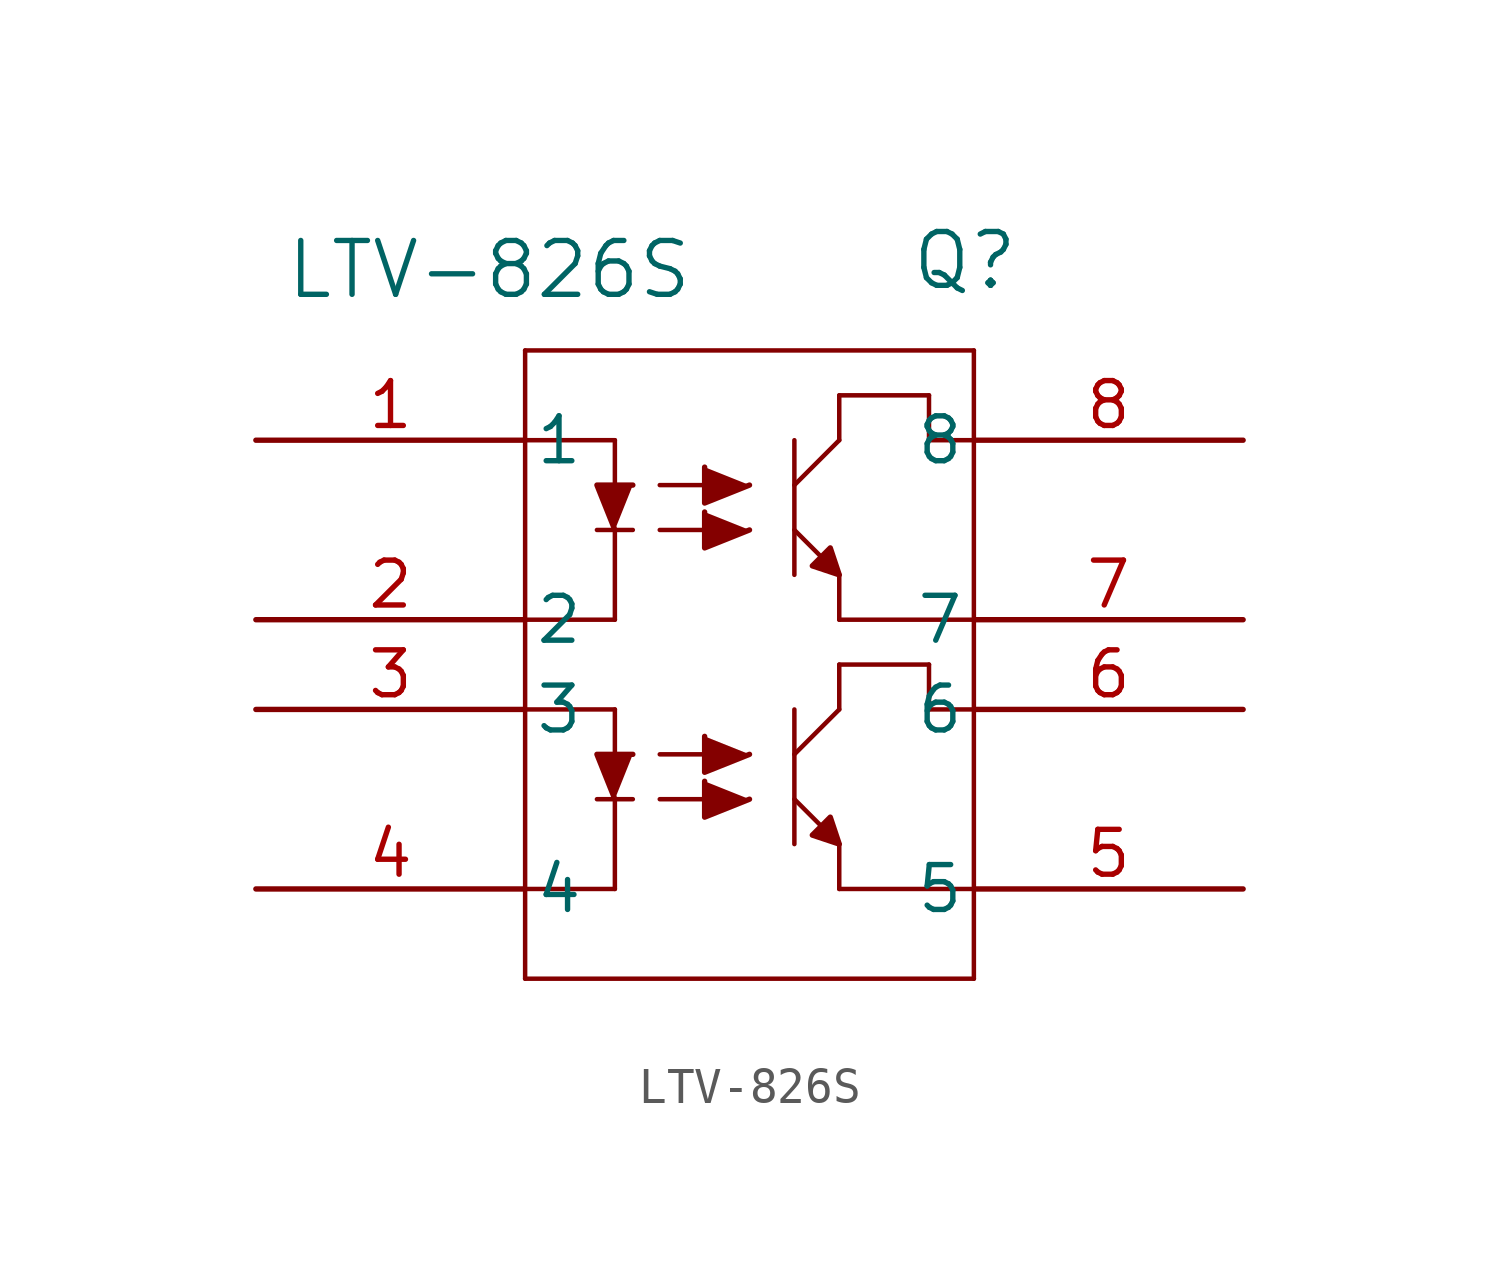
<source format=kicad_sym>
(kicad_symbol_lib
  (version 20211014)
  (generator kicad_symbol_editor)
  (symbol "LTV-826S"
    (pin_names
      (offset 0.254))
    (property "Reference" "Q"
      (at 6.096 10.16 0)
      (effects (font (size 1.524 1.524))))
    (property "Value" "LTV-826S"
      (at -7.366 9.906 0)
      (effects (font (size 1.524 1.524))))
    (property "ki_locked" ""
      (at 0 0 0)
      (effects (font (size 1.27 1.27))))
    (symbol "LTV-826S_0_1"
      (polyline (pts (xy -6.35 -10.16) (xy 6.35 -10.16)) (stroke (width 0.127) (type default) (color 0 0 0 0)) (fill (type none)))
      (polyline (pts (xy -6.35 -7.62) (xy -3.81 -7.62)) (stroke (width 0.127) (type default) (color 0 0 0 0)) (fill (type none)))
      (polyline (pts (xy -6.35 -2.54) (xy -3.81 -2.54)) (stroke (width 0.127) (type default) (color 0 0 0 0)) (fill (type none)))
      (polyline (pts (xy -6.35 0) (xy -3.81 0)) (stroke (width 0.127) (type default) (color 0 0 0 0)) (fill (type none)))
      (polyline (pts (xy -6.35 5.08) (xy -3.81 5.08)) (stroke (width 0.127) (type default) (color 0 0 0 0)) (fill (type none)))
      (polyline (pts (xy -6.35 7.62) (xy -6.35 -10.16)) (stroke (width 0.127) (type default) (color 0 0 0 0)) (fill (type none)))
      (polyline (pts (xy -4.318 -5.08) (xy -3.302 -5.08)) (stroke (width 0.127) (type default) (color 0 0 0 0)) (fill (type none)))
      (polyline (pts (xy -4.318 2.54) (xy -3.302 2.54)) (stroke (width 0.127) (type default) (color 0 0 0 0)) (fill (type none)))
      (polyline (pts (xy -3.81 -5.08) (xy -3.81 -7.62)) (stroke (width 0.127) (type default) (color 0 0 0 0)) (fill (type none)))
      (polyline (pts (xy -3.81 -3.81) (xy -3.81 -2.54)) (stroke (width 0.127) (type default) (color 0 0 0 0)) (fill (type none)))
      (polyline (pts (xy -3.81 2.54) (xy -3.81 0)) (stroke (width 0.127) (type default) (color 0 0 0 0)) (fill (type none)))
      (polyline (pts (xy -3.81 3.81) (xy -3.81 5.08)) (stroke (width 0.127) (type default) (color 0 0 0 0)) (fill (type none)))
      (polyline (pts (xy -2.54 -5.08) (xy -1.27 -5.08)) (stroke (width 0.127) (type default) (color 0 0 0 0)) (fill (type none)))
      (polyline (pts (xy -2.54 -3.81) (xy -1.27 -3.81)) (stroke (width 0.127) (type default) (color 0 0 0 0)) (fill (type none)))
      (polyline (pts (xy -2.54 2.54) (xy -1.27 2.54)) (stroke (width 0.127) (type default) (color 0 0 0 0)) (fill (type none)))
      (polyline (pts (xy -2.54 3.81) (xy -1.27 3.81)) (stroke (width 0.127) (type default) (color 0 0 0 0)) (fill (type none)))
      (polyline (pts (xy 1.27 -6.35) (xy 1.27 -2.54)) (stroke (width 0.127) (type default) (color 0 0 0 0)) (fill (type none)))
      (polyline (pts (xy 1.27 -5.08) (xy 2.54 -6.35)) (stroke (width 0.127) (type default) (color 0 0 0 0)) (fill (type none)))
      (polyline (pts (xy 1.27 1.27) (xy 1.27 5.08)) (stroke (width 0.127) (type default) (color 0 0 0 0)) (fill (type none)))
      (polyline (pts (xy 1.27 2.54) (xy 2.54 1.27)) (stroke (width 0.127) (type default) (color 0 0 0 0)) (fill (type none)))
      (polyline (pts (xy 2.54 -7.62) (xy 6.35 -7.62)) (stroke (width 0.127) (type default) (color 0 0 0 0)) (fill (type none)))
      (polyline (pts (xy 2.54 -6.35) (xy 2.54 -7.62)) (stroke (width 0.127) (type default) (color 0 0 0 0)) (fill (type none)))
      (polyline (pts (xy 2.54 -2.54) (xy 1.27 -3.81)) (stroke (width 0.127) (type default) (color 0 0 0 0)) (fill (type none)))
      (polyline (pts (xy 2.54 -2.54) (xy 2.54 -1.27)) (stroke (width 0.127) (type default) (color 0 0 0 0)) (fill (type none)))
      (polyline (pts (xy 2.54 0) (xy 6.35 0)) (stroke (width 0.127) (type default) (color 0 0 0 0)) (fill (type none)))
      (polyline (pts (xy 2.54 1.27) (xy 2.54 0)) (stroke (width 0.127) (type default) (color 0 0 0 0)) (fill (type none)))
      (polyline (pts (xy 2.54 5.08) (xy 1.27 3.81)) (stroke (width 0.127) (type default) (color 0 0 0 0)) (fill (type none)))
      (polyline (pts (xy 2.54 5.08) (xy 2.54 6.35)) (stroke (width 0.127) (type default) (color 0 0 0 0)) (fill (type none)))
      (polyline (pts (xy 5.08 -2.54) (xy 6.35 -2.54)) (stroke (width 0.127) (type default) (color 0 0 0 0)) (fill (type none)))
      (polyline (pts (xy 5.08 -1.27) (xy 2.54 -1.27)) (stroke (width 0.127) (type default) (color 0 0 0 0)) (fill (type none)))
      (polyline (pts (xy 5.08 -1.27) (xy 5.08 -2.54)) (stroke (width 0.127) (type default) (color 0 0 0 0)) (fill (type none)))
      (polyline (pts (xy 5.08 5.08) (xy 6.35 5.08)) (stroke (width 0.127) (type default) (color 0 0 0 0)) (fill (type none)))
      (polyline (pts (xy 5.08 6.35) (xy 2.54 6.35)) (stroke (width 0.127) (type default) (color 0 0 0 0)) (fill (type none)))
      (polyline (pts (xy 5.08 6.35) (xy 5.08 5.08)) (stroke (width 0.127) (type default) (color 0 0 0 0)) (fill (type none)))
      (polyline (pts (xy 6.35 -10.16) (xy 6.35 7.62)) (stroke (width 0.127) (type default) (color 0 0 0 0)) (fill (type none)))
      (polyline (pts (xy 6.35 7.62) (xy -6.35 7.62)) (stroke (width 0.127) (type default) (color 0 0 0 0)) (fill (type none)))
      (polyline (pts (xy -3.81 -5.08) (xy -4.318 -3.81) (xy -3.302 -3.81)) (stroke (width 0) (type default) (color 0 0 0 0)) (fill (type outline)))
      (polyline (pts (xy -3.81 2.54) (xy -4.318 3.81) (xy -3.302 3.81)) (stroke (width 0) (type default) (color 0 0 0 0)) (fill (type outline)))
      (polyline (pts (xy 0 -5.08) (xy -1.27 -5.588) (xy -1.27 -4.572)) (stroke (width 0) (type default) (color 0 0 0 0)) (fill (type outline)))
      (polyline (pts (xy 0 -3.81) (xy -1.27 -4.318) (xy -1.27 -3.302)) (stroke (width 0) (type default) (color 0 0 0 0)) (fill (type outline)))
      (polyline (pts (xy 0 2.54) (xy -1.27 2.032) (xy -1.27 3.048)) (stroke (width 0) (type default) (color 0 0 0 0)) (fill (type outline)))
      (polyline (pts (xy 0 3.81) (xy -1.27 3.302) (xy -1.27 4.318)) (stroke (width 0) (type default) (color 0 0 0 0)) (fill (type outline)))
      (polyline (pts (xy 2.54 -6.35) (xy 1.778 -6.096) (xy 2.286 -5.588) (xy 2.54 -6.35)) (stroke (width 0) (type default) (color 0 0 0 0)) (fill (type outline)))
      (polyline (pts (xy 2.54 1.27) (xy 1.778 1.524) (xy 2.286 2.032) (xy 2.54 1.27)) (stroke (width 0) (type default) (color 0 0 0 0)) (fill (type outline)))
      (pin unspecified line (at -13.97 5.08 0) (length 7.62) (name "1" (effects (font (size 1.27 1.27)))) (number "1" (effects (font (size 1.27 1.27)))))
      (pin unspecified line (at -13.97 0 0) (length 7.62) (name "2" (effects (font (size 1.27 1.27)))) (number "2" (effects (font (size 1.27 1.27)))))
      (pin unspecified line (at -13.97 -2.54 0) (length 7.62) (name "3" (effects (font (size 1.27 1.27)))) (number "3" (effects (font (size 1.27 1.27)))))
      (pin unspecified line (at -13.97 -7.62 0) (length 7.62) (name "4" (effects (font (size 1.27 1.27)))) (number "4" (effects (font (size 1.27 1.27)))))
      (pin unspecified line (at 13.97 -7.62 180) (length 7.62) (name "5" (effects (font (size 1.27 1.27)))) (number "5" (effects (font (size 1.27 1.27)))))
      (pin unspecified line (at 13.97 -2.54 180) (length 7.62) (name "6" (effects (font (size 1.27 1.27)))) (number "6" (effects (font (size 1.27 1.27)))))
      (pin unspecified line (at 13.97 0 180) (length 7.62) (name "7" (effects (font (size 1.27 1.27)))) (number "7" (effects (font (size 1.27 1.27)))))
      (pin unspecified line (at 13.97 5.08 180) (length 7.62) (name "8" (effects (font (size 1.27 1.27)))) (number "8" (effects (font (size 1.27 1.27))))))))
</source>
